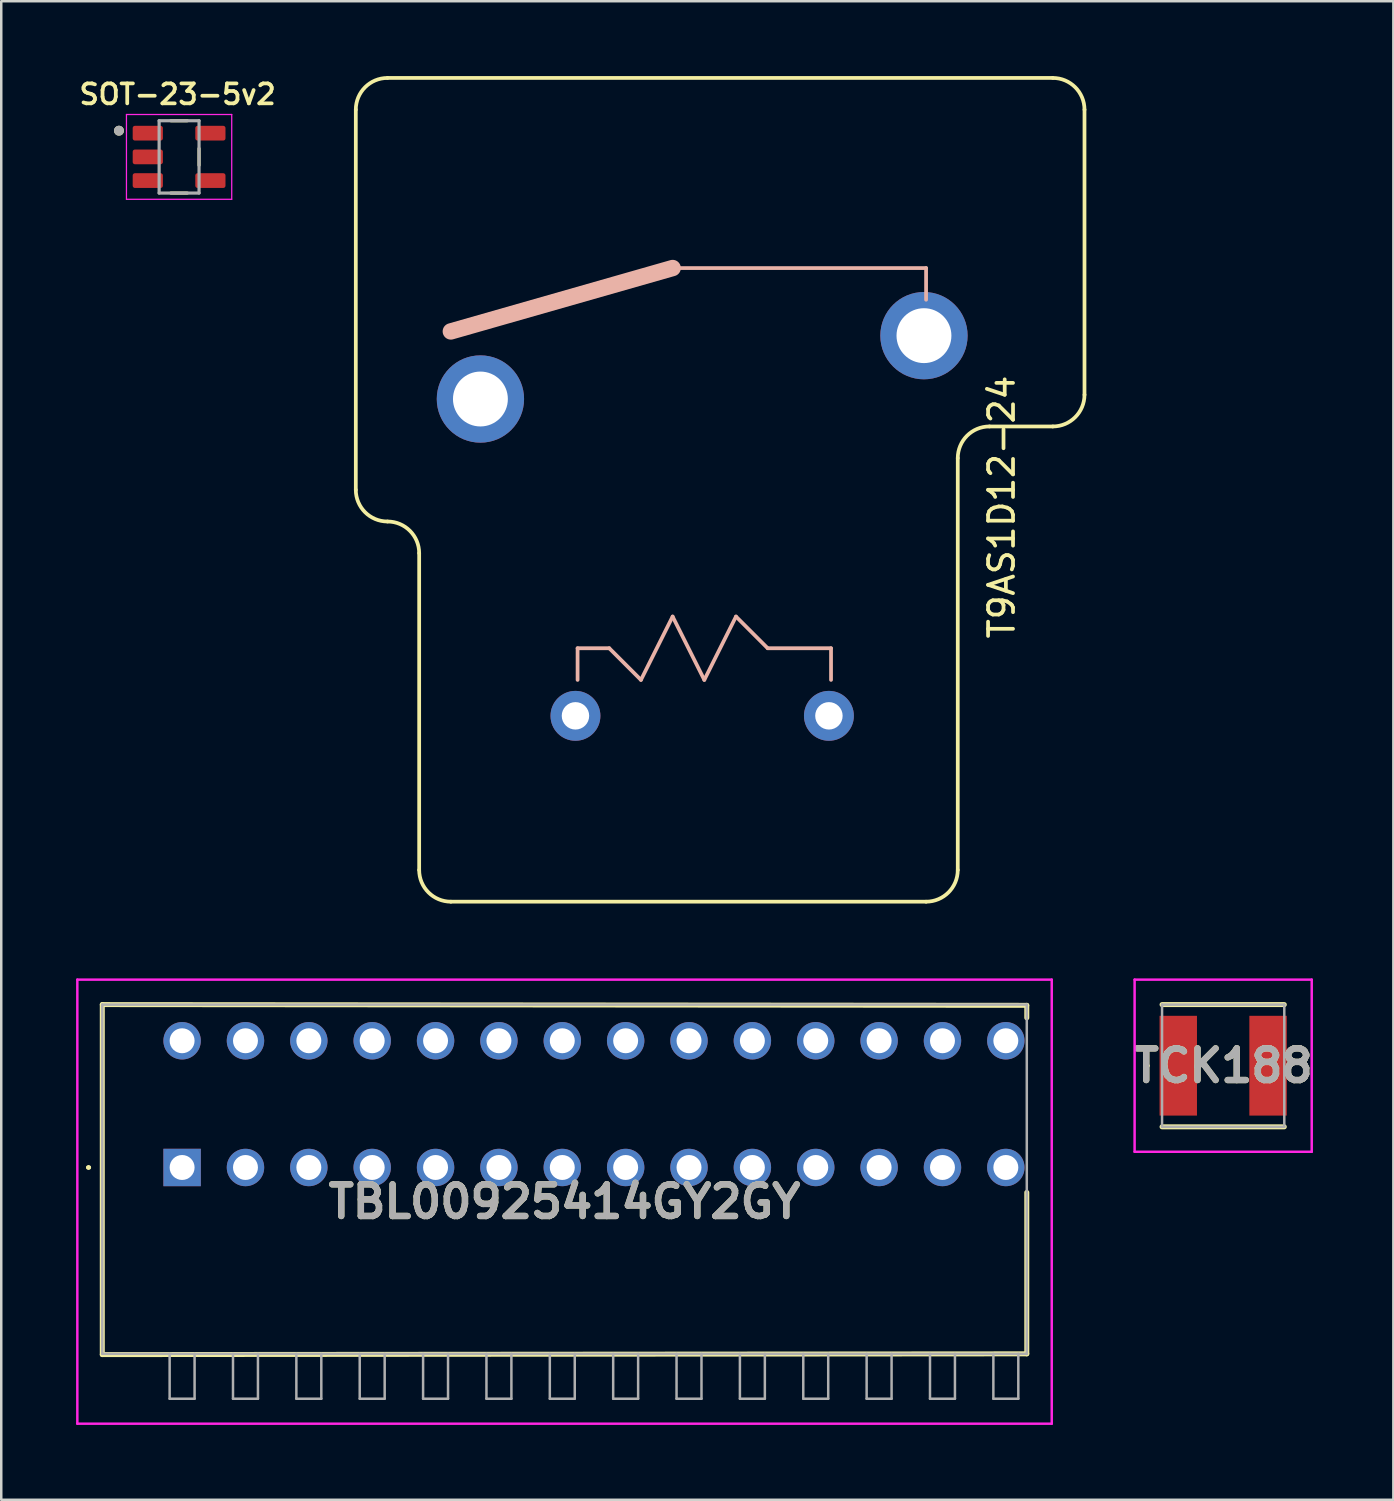
<source format=kicad_pcb>
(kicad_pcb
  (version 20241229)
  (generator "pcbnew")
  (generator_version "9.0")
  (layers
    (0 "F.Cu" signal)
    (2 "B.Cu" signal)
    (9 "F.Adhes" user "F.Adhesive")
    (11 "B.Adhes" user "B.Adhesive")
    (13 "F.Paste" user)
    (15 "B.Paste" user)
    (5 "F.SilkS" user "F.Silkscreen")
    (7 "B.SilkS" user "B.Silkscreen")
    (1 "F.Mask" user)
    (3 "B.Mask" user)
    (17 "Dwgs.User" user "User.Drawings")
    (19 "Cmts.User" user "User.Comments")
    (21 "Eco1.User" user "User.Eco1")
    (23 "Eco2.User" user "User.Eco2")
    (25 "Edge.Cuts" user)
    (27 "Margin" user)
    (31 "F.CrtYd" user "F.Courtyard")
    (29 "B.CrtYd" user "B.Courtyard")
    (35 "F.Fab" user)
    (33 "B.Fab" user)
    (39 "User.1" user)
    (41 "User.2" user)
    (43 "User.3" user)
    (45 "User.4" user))
  (footprint "TBL00925414GY2GY"
    (layer "F.Cu")
    (at 4.25 43.75)
    (property "Reference" "TBL00925414GY2GY" (at 15.33 1.37 0) (layer "F.SilkS") (effects (font (size 1.27 1.27) (thickness 0.254))))
    (attr through_hole)
    (fp_line (start -3.8 0) (end -3.8 0) (stroke (width 0.1) (type solid)) (layer "F.SilkS"))
    (fp_line (start -3.7 0) (end -3.7 0) (stroke (width 0.1) (type solid)) (layer "F.SilkS"))
    (fp_line (start -3.2 -6.53) (end -3.2 7.5) (stroke (width 0.2) (type solid)) (layer "F.SilkS"))
    (fp_line (start -3.2 7.5) (end 33.86 7.47) (stroke (width 0.2) (type solid)) (layer "F.SilkS"))
    (fp_line (start 33.86 -6.5) (end -3.2 -6.53) (stroke (width 0.2) (type solid)) (layer "F.SilkS"))
    (fp_line (start 33.86 -6) (end 33.86 -6.5) (stroke (width 0.2) (type solid)) (layer "F.SilkS"))
    (fp_line (start 33.86 7.47) (end 33.86 1) (stroke (width 0.2) (type solid)) (layer "F.SilkS"))
    (fp_arc (start -3.8 0) (mid -3.75 -0.05) (end -3.7 0) (stroke (width 0.1) (type solid)) (layer "F.SilkS"))
    (fp_arc (start -3.7 0) (mid -3.75 0.05) (end -3.8 0) (stroke (width 0.1) (type solid)) (layer "F.SilkS"))
    (fp_line (start -4.2 -7.53) (end 34.86 -7.53) (stroke (width 0.1) (type solid)) (layer "F.CrtYd"))
    (fp_line (start -4.2 10.27) (end -4.2 -7.53) (stroke (width 0.1) (type solid)) (layer "F.CrtYd"))
    (fp_line (start 34.86 -7.53) (end 34.86 10.27) (stroke (width 0.1) (type solid)) (layer "F.CrtYd"))
    (fp_line (start 34.86 10.27) (end -4.2 10.27) (stroke (width 0.1) (type solid)) (layer "F.CrtYd"))
    (fp_line (start -3.2 -6.53) (end 33.86 -6.53) (stroke (width 0.1) (type solid)) (layer "F.Fab"))
    (fp_line (start -3.2 7.47) (end -3.2 -6.53) (stroke (width 0.1) (type solid)) (layer "F.Fab"))
    (fp_line (start -0.5 7.47) (end -0.5 9.27) (stroke (width 0.1) (type solid)) (layer "F.Fab"))
    (fp_line (start -0.5 9.27) (end 0.5 9.27) (stroke (width 0.1) (type solid)) (layer "F.Fab"))
    (fp_line (start 0.5 9.27) (end 0.5 7.47) (stroke (width 0.1) (type solid)) (layer "F.Fab"))
    (fp_line (start 2.04 7.47) (end 2.04 9.27) (stroke (width 0.1) (type solid)) (layer "F.Fab"))
    (fp_line (start 2.04 9.27) (end 3.04 9.27) (stroke (width 0.1) (type solid)) (layer "F.Fab"))
    (fp_line (start 3.04 9.27) (end 3.04 7.47) (stroke (width 0.1) (type solid)) (layer "F.Fab"))
    (fp_line (start 4.58 7.47) (end 4.58 9.27) (stroke (width 0.1) (type solid)) (layer "F.Fab"))
    (fp_line (start 4.58 9.27) (end 5.58 9.27) (stroke (width 0.1) (type solid)) (layer "F.Fab"))
    (fp_line (start 5.58 9.27) (end 5.58 7.47) (stroke (width 0.1) (type solid)) (layer "F.Fab"))
    (fp_line (start 7.12 7.47) (end 7.12 9.27) (stroke (width 0.1) (type solid)) (layer "F.Fab"))
    (fp_line (start 7.12 9.27) (end 8.12 9.27) (stroke (width 0.1) (type solid)) (layer "F.Fab"))
    (fp_line (start 8.12 9.27) (end 8.12 7.47) (stroke (width 0.1) (type solid)) (layer "F.Fab"))
    (fp_line (start 9.66 7.47) (end 9.66 9.27) (stroke (width 0.1) (type solid)) (layer "F.Fab"))
    (fp_line (start 9.66 9.27) (end 10.66 9.27) (stroke (width 0.1) (type solid)) (layer "F.Fab"))
    (fp_line (start 10.66 9.27) (end 10.66 7.47) (stroke (width 0.1) (type solid)) (layer "F.Fab"))
    (fp_line (start 12.2 7.47) (end 12.2 9.27) (stroke (width 0.1) (type solid)) (layer "F.Fab"))
    (fp_line (start 12.2 9.27) (end 13.2 9.27) (stroke (width 0.1) (type solid)) (layer "F.Fab"))
    (fp_line (start 13.2 9.27) (end 13.2 7.47) (stroke (width 0.1) (type solid)) (layer "F.Fab"))
    (fp_line (start 14.74 7.47) (end 14.74 9.27) (stroke (width 0.1) (type solid)) (layer "F.Fab"))
    (fp_line (start 14.74 9.27) (end 15.74 9.27) (stroke (width 0.1) (type solid)) (layer "F.Fab"))
    (fp_line (start 15.74 9.27) (end 15.74 7.47) (stroke (width 0.1) (type solid)) (layer "F.Fab"))
    (fp_line (start 17.28 7.47) (end 17.28 9.27) (stroke (width 0.1) (type solid)) (layer "F.Fab"))
    (fp_line (start 17.28 9.27) (end 18.28 9.27) (stroke (width 0.1) (type solid)) (layer "F.Fab"))
    (fp_line (start 18.28 9.27) (end 18.28 7.47) (stroke (width 0.1) (type solid)) (layer "F.Fab"))
    (fp_line (start 19.82 7.47) (end 19.82 9.27) (stroke (width 0.1) (type solid)) (layer "F.Fab"))
    (fp_line (start 19.82 9.27) (end 20.82 9.27) (stroke (width 0.1) (type solid)) (layer "F.Fab"))
    (fp_line (start 20.82 9.27) (end 20.82 7.47) (stroke (width 0.1) (type solid)) (layer "F.Fab"))
    (fp_line (start 22.36 7.47) (end 22.36 9.27) (stroke (width 0.1) (type solid)) (layer "F.Fab"))
    (fp_line (start 22.36 9.27) (end 23.36 9.27) (stroke (width 0.1) (type solid)) (layer "F.Fab"))
    (fp_line (start 23.36 9.27) (end 23.36 7.47) (stroke (width 0.1) (type solid)) (layer "F.Fab"))
    (fp_line (start 24.9 7.47) (end 24.9 9.27) (stroke (width 0.1) (type solid)) (layer "F.Fab"))
    (fp_line (start 24.9 9.27) (end 25.9 9.27) (stroke (width 0.1) (type solid)) (layer "F.Fab"))
    (fp_line (start 25.9 9.27) (end 25.9 7.47) (stroke (width 0.1) (type solid)) (layer "F.Fab"))
    (fp_line (start 27.44 7.47) (end 27.44 9.27) (stroke (width 0.1) (type solid)) (layer "F.Fab"))
    (fp_line (start 27.44 9.27) (end 28.44 9.27) (stroke (width 0.1) (type solid)) (layer "F.Fab"))
    (fp_line (start 28.44 9.27) (end 28.44 7.47) (stroke (width 0.1) (type solid)) (layer "F.Fab"))
    (fp_line (start 29.98 7.47) (end 29.98 9.27) (stroke (width 0.1) (type solid)) (layer "F.Fab"))
    (fp_line (start 29.98 9.27) (end 30.98 9.27) (stroke (width 0.1) (type solid)) (layer "F.Fab"))
    (fp_line (start 30.98 9.27) (end 30.98 7.47) (stroke (width 0.1) (type solid)) (layer "F.Fab"))
    (fp_line (start 32.52 7.47) (end 32.52 9.27) (stroke (width 0.1) (type solid)) (layer "F.Fab"))
    (fp_line (start 32.52 9.27) (end 33.52 9.27) (stroke (width 0.1) (type solid)) (layer "F.Fab"))
    (fp_line (start 33.52 9.27) (end 33.52 7.47) (stroke (width 0.1) (type solid)) (layer "F.Fab"))
    (fp_line (start 33.86 -6.53) (end 33.86 7.47) (stroke (width 0.1) (type solid)) (layer "F.Fab"))
    (fp_line (start 33.86 7.47) (end -3.2 7.47) (stroke (width 0.1) (type solid)) (layer "F.Fab"))
    (fp_text user "${REFERENCE}" (at 15.33 1.37 0) (layer "F.Fab") (effects (font (size 1.27 1.27) (thickness 0.254))))
    (pad "1" thru_hole rect (at 0 0) (size 1.5 1.5) (drill 1) (layers "*.Cu" "*.Mask"))
    (pad "2" thru_hole circle (at 0 -5.08) (size 1.5 1.5) (drill 1) (layers "*.Cu" "*.Mask"))
    (pad "3" thru_hole circle (at 2.54 0) (size 1.5 1.5) (drill 1) (layers "*.Cu" "*.Mask"))
    (pad "4" thru_hole circle (at 2.54 -5.08) (size 1.5 1.5) (drill 1) (layers "*.Cu" "*.Mask"))
    (pad "5" thru_hole circle (at 5.08 0) (size 1.5 1.5) (drill 1) (layers "*.Cu" "*.Mask"))
    (pad "6" thru_hole circle (at 5.08 -5.08) (size 1.5 1.5) (drill 1) (layers "*.Cu" "*.Mask"))
    (pad "7" thru_hole circle (at 7.62 0) (size 1.5 1.5) (drill 1) (layers "*.Cu" "*.Mask"))
    (pad "8" thru_hole circle (at 7.62 -5.08) (size 1.5 1.5) (drill 1) (layers "*.Cu" "*.Mask"))
    (pad "9" thru_hole circle (at 10.16 0) (size 1.5 1.5) (drill 1) (layers "*.Cu" "*.Mask"))
    (pad "10" thru_hole circle (at 10.16 -5.08) (size 1.5 1.5) (drill 1) (layers "*.Cu" "*.Mask"))
    (pad "11" thru_hole circle (at 12.7 0) (size 1.5 1.5) (drill 1) (layers "*.Cu" "*.Mask"))
    (pad "12" thru_hole circle (at 12.7 -5.08) (size 1.5 1.5) (drill 1) (layers "*.Cu" "*.Mask"))
    (pad "13" thru_hole circle (at 15.24 0) (size 1.5 1.5) (drill 1) (layers "*.Cu" "*.Mask"))
    (pad "14" thru_hole circle (at 15.24 -5.08) (size 1.5 1.5) (drill 1) (layers "*.Cu" "*.Mask"))
    (pad "15" thru_hole circle (at 17.78 0) (size 1.5 1.5) (drill 1) (layers "*.Cu" "*.Mask"))
    (pad "16" thru_hole circle (at 17.78 -5.08) (size 1.5 1.5) (drill 1) (layers "*.Cu" "*.Mask"))
    (pad "17" thru_hole circle (at 20.32 0) (size 1.5 1.5) (drill 1) (layers "*.Cu" "*.Mask"))
    (pad "18" thru_hole circle (at 20.32 -5.08) (size 1.5 1.5) (drill 1) (layers "*.Cu" "*.Mask"))
    (pad "19" thru_hole circle (at 22.86 0) (size 1.5 1.5) (drill 1) (layers "*.Cu" "*.Mask"))
    (pad "20" thru_hole circle (at 22.86 -5.08) (size 1.5 1.5) (drill 1) (layers "*.Cu" "*.Mask"))
    (pad "21" thru_hole circle (at 25.4 0) (size 1.5 1.5) (drill 1) (layers "*.Cu" "*.Mask"))
    (pad "22" thru_hole circle (at 25.4 -5.08) (size 1.5 1.5) (drill 1) (layers "*.Cu" "*.Mask"))
    (pad "23" thru_hole circle (at 27.94 0) (size 1.5 1.5) (drill 1) (layers "*.Cu" "*.Mask"))
    (pad "24" thru_hole circle (at 27.94 -5.08) (size 1.5 1.5) (drill 1) (layers "*.Cu" "*.Mask"))
    (pad "25" thru_hole circle (at 30.48 0) (size 1.5 1.5) (drill 1) (layers "*.Cu" "*.Mask"))
    (pad "26" thru_hole circle (at 30.48 -5.08) (size 1.5 1.5) (drill 1) (layers "*.Cu" "*.Mask"))
    (pad "27" thru_hole circle (at 33.02 0) (size 1.5 1.5) (drill 1) (layers "*.Cu" "*.Mask"))
    (pad "28" thru_hole circle (at 33.02 -5.08) (size 1.5 1.5) (drill 1) (layers "*.Cu" "*.Mask")))
  (footprint "T9AS1D12-24"
    (layer "F.Cu")
    (at 20.103 25.475)
    (property "Reference" "T9AS1D12-24" (at 17 -8.2 90) (layer "F.SilkS") (effects (font (size 1 1) (thickness 0.15))))
    (attr through_hole)
    (fp_line (start -8.89 -24.13) (end -8.89 -8.89) (stroke (width 0.15) (type solid)) (layer "F.SilkS"))
    (fp_line (start -6.35 -6.35) (end -6.35 6.35) (stroke (width 0.15) (type solid)) (layer "F.SilkS"))
    (fp_line (start -5.08 7.62) (end 13.97 7.62) (stroke (width 0.15) (type solid)) (layer "F.SilkS"))
    (fp_line (start 15.24 6.35) (end 15.24 -10.16) (stroke (width 0.15) (type solid)) (layer "F.SilkS"))
    (fp_line (start 16.51 -11.43) (end 19.05 -11.43) (stroke (width 0.15) (type solid)) (layer "F.SilkS"))
    (fp_line (start 19.05 -25.4) (end -7.62 -25.4) (stroke (width 0.15) (type solid)) (layer "F.SilkS"))
    (fp_line (start 20.32 -12.7) (end 20.32 -24.13) (stroke (width 0.15) (type solid)) (layer "F.SilkS"))
    (fp_arc (start -8.89 -24.13) (mid -8.518026 -25.028026) (end -7.62 -25.4) (stroke (width 0.15) (type solid)) (layer "F.SilkS"))
    (fp_arc (start -7.62 -7.62) (mid -8.518026 -7.991974) (end -8.89 -8.89) (stroke (width 0.15) (type solid)) (layer "F.SilkS"))
    (fp_arc (start -7.62 -7.62) (mid -6.721974 -7.248026) (end -6.35 -6.35) (stroke (width 0.15) (type solid)) (layer "F.SilkS"))
    (fp_arc (start -5.08 7.62) (mid -5.978026 7.248026) (end -6.35 6.35) (stroke (width 0.15) (type solid)) (layer "F.SilkS"))
    (fp_arc (start 15.24 -10.16) (mid 15.611974 -11.058026) (end 16.51 -11.43) (stroke (width 0.15) (type solid)) (layer "F.SilkS"))
    (fp_arc (start 15.24 6.35) (mid 14.868026 7.248026) (end 13.97 7.62) (stroke (width 0.15) (type solid)) (layer "F.SilkS"))
    (fp_arc (start 19.05 -25.4) (mid 19.948026 -25.028026) (end 20.32 -24.13) (stroke (width 0.15) (type solid)) (layer "F.SilkS"))
    (fp_arc (start 20.32 -12.7) (mid 19.948026 -11.801974) (end 19.05 -11.43) (stroke (width 0.15) (type solid)) (layer "F.SilkS"))
    (fp_line (start 0 -2.54) (end 0 -1.27) (stroke (width 0.15) (type solid)) (layer "B.SilkS"))
    (fp_line (start 1.27 -2.54) (end 0 -2.54) (stroke (width 0.15) (type solid)) (layer "B.SilkS"))
    (fp_line (start 2.54 -1.27) (end 1.27 -2.54) (stroke (width 0.15) (type solid)) (layer "B.SilkS"))
    (fp_line (start 3.81 -17.78) (end -5.08 -15.24) (stroke (width 0.658) (type solid)) (layer "B.SilkS"))
    (fp_line (start 3.81 -3.81) (end 2.54 -1.27) (stroke (width 0.15) (type solid)) (layer "B.SilkS"))
    (fp_line (start 5.08 -1.27) (end 3.81 -3.81) (stroke (width 0.15) (type solid)) (layer "B.SilkS"))
    (fp_line (start 6.35 -3.81) (end 5.08 -1.27) (stroke (width 0.15) (type solid)) (layer "B.SilkS"))
    (fp_line (start 7.62 -2.54) (end 6.35 -3.81) (stroke (width 0.15) (type solid)) (layer "B.SilkS"))
    (fp_line (start 10.16 -2.54) (end 7.62 -2.54) (stroke (width 0.15) (type solid)) (layer "B.SilkS"))
    (fp_line (start 10.16 -1.27) (end 10.16 -2.54) (stroke (width 0.15) (type solid)) (layer "B.SilkS"))
    (fp_line (start 13.97 -17.78) (end 3.81 -17.78) (stroke (width 0.15) (type solid)) (layer "B.SilkS"))
    (fp_line (start 13.97 -16.51) (end 13.97 -17.78) (stroke (width 0.15) (type solid)) (layer "B.SilkS"))
    (pad "1" thru_hole circle (at 13.885 -15.07 180) (size 3.5 3.5) (drill 2.2) (layers "*.Cu" "*.Mask"))
    (pad "2" thru_hole circle (at -3.895 -12.53 180) (size 3.5 3.5) (drill 2.2) (layers "*.Cu" "*.Mask"))
    (pad "3" thru_hole circle (at 10.075 0.17 180) (size 2 2) (drill 1.1) (layers "*.Cu" "*.Mask"))
    (pad "4" thru_hole circle (at -0.085 0.17 180) (size 2 2) (drill 1.1) (layers "*.Cu" "*.Mask")))
  (footprint "SOT-23-5v2"
    (layer "F.Cu")
    (at 4.129 3.239)
    (property "Reference" "SOT-23-5v2" (at -0.06 -2.508 0) (layer "F.SilkS") (effects (font (size 0.8 0.8) (thickness 0.15))))
    (attr smd)
    (fp_line (start -0.33 -1.45) (end 0.33 -1.45) (stroke (width 0.127) (type solid)) (layer "F.SilkS"))
    (fp_line (start 0.33 1.45) (end -0.33 1.45) (stroke (width 0.127) (type solid)) (layer "F.SilkS"))
    (fp_line (start 0.8 -0.335) (end 0.8 0.335) (stroke (width 0.127) (type solid)) (layer "F.SilkS"))
    (fp_circle (center -2.41 -1.05) (end -2.31 -1.05) (stroke (width 0.2) (type solid)) (fill no) (layer "F.SilkS"))
    (fp_line (start -2.11 -1.7) (end 2.11 -1.7) (stroke (width 0.05) (type solid)) (layer "F.CrtYd"))
    (fp_line (start -2.11 1.7) (end -2.11 -1.7) (stroke (width 0.05) (type solid)) (layer "F.CrtYd"))
    (fp_line (start 2.11 -1.7) (end 2.11 1.7) (stroke (width 0.05) (type solid)) (layer "F.CrtYd"))
    (fp_line (start 2.11 1.7) (end -2.11 1.7) (stroke (width 0.05) (type solid)) (layer "F.CrtYd"))
    (fp_line (start -0.8 -1.45) (end 0.8 -1.45) (stroke (width 0.127) (type solid)) (layer "F.Fab"))
    (fp_line (start -0.8 1.45) (end -0.8 -1.45) (stroke (width 0.127) (type solid)) (layer "F.Fab"))
    (fp_line (start 0.8 -1.45) (end 0.8 1.45) (stroke (width 0.127) (type solid)) (layer "F.Fab"))
    (fp_line (start 0.8 1.45) (end -0.8 1.45) (stroke (width 0.127) (type solid)) (layer "F.Fab"))
    (fp_circle (center -2.41 -1.05) (end -2.31 -1.05) (stroke (width 0.2) (type solid)) (fill no) (layer "F.Fab"))
    (pad "1" smd roundrect (at -1.255 -0.95) (size 1.21 0.59) (layers "F.Cu" "F.Mask" "F.Paste") (roundrect_rratio 0.15))
    (pad "2" smd roundrect (at -1.255 0) (size 1.21 0.59) (layers "F.Cu" "F.Mask" "F.Paste") (roundrect_rratio 0.15))
    (pad "3" smd roundrect (at -1.255 0.95) (size 1.21 0.59) (layers "F.Cu" "F.Mask" "F.Paste") (roundrect_rratio 0.15))
    (pad "4" smd roundrect (at 1.255 0.95) (size 1.21 0.59) (layers "F.Cu" "F.Mask" "F.Paste") (roundrect_rratio 0.15))
    (pad "5" smd roundrect (at 1.255 -0.95) (size 1.21 0.59) (layers "F.Cu" "F.Mask" "F.Paste") (roundrect_rratio 0.15)))
  (footprint "TCK188"
    (layer "F.Cu")
    (at 45.982 39.67)
    (property "Reference" "TCK188" (at 0 0 0) (layer "F.SilkS") (effects (font (size 1.27 1.27) (thickness 0.254))))
    (attr smd)
    (fp_line (start -3.1 0) (end -3.1 0) (stroke (width 0.1) (type solid)) (layer "F.SilkS"))
    (fp_line (start -3 0) (end -3 0) (stroke (width 0.1) (type solid)) (layer "F.SilkS"))
    (fp_line (start -2.45 -2.45) (end 2.45 -2.45) (stroke (width 0.2) (type solid)) (layer "F.SilkS"))
    (fp_line (start -2.45 2.45) (end 2.45 2.45) (stroke (width 0.2) (type solid)) (layer "F.SilkS"))
    (fp_arc (start -3.1 0) (mid -3.05 -0.05) (end -3 0) (stroke (width 0.1) (type solid)) (layer "F.SilkS"))
    (fp_arc (start -3 0) (mid -3.05 0.05) (end -3.1 0) (stroke (width 0.1) (type solid)) (layer "F.SilkS"))
    (fp_line (start -3.55 -3.45) (end 3.55 -3.45) (stroke (width 0.1) (type solid)) (layer "F.CrtYd"))
    (fp_line (start -3.55 3.45) (end -3.55 -3.45) (stroke (width 0.1) (type solid)) (layer "F.CrtYd"))
    (fp_line (start 3.55 -3.45) (end 3.55 3.45) (stroke (width 0.1) (type solid)) (layer "F.CrtYd"))
    (fp_line (start 3.55 3.45) (end -3.55 3.45) (stroke (width 0.1) (type solid)) (layer "F.CrtYd"))
    (fp_line (start -2.45 -2.45) (end 2.45 -2.45) (stroke (width 0.1) (type solid)) (layer "F.Fab"))
    (fp_line (start -2.45 2.45) (end -2.45 -2.45) (stroke (width 0.1) (type solid)) (layer "F.Fab"))
    (fp_line (start 2.45 -2.45) (end 2.45 2.45) (stroke (width 0.1) (type solid)) (layer "F.Fab"))
    (fp_line (start 2.45 2.45) (end -2.45 2.45) (stroke (width 0.1) (type solid)) (layer "F.Fab"))
    (fp_text user "${REFERENCE}" (at 0 0 0) (layer "F.Fab") (effects (font (size 1.27 1.27) (thickness 0.254))))
    (pad "1" smd rect (at -1.8 0) (size 1.5 4) (layers "F.Cu" "F.Mask" "F.Paste"))
    (pad "2" smd rect (at 1.8 0) (size 1.5 4) (layers "F.Cu" "F.Mask" "F.Paste")))
  (gr_rect
    (start -3 -3)
    (end 52.804 57.07)
    (stroke (width 0.1) (type default))
    (fill no)
    (layer "Edge.Cuts")))
</source>
